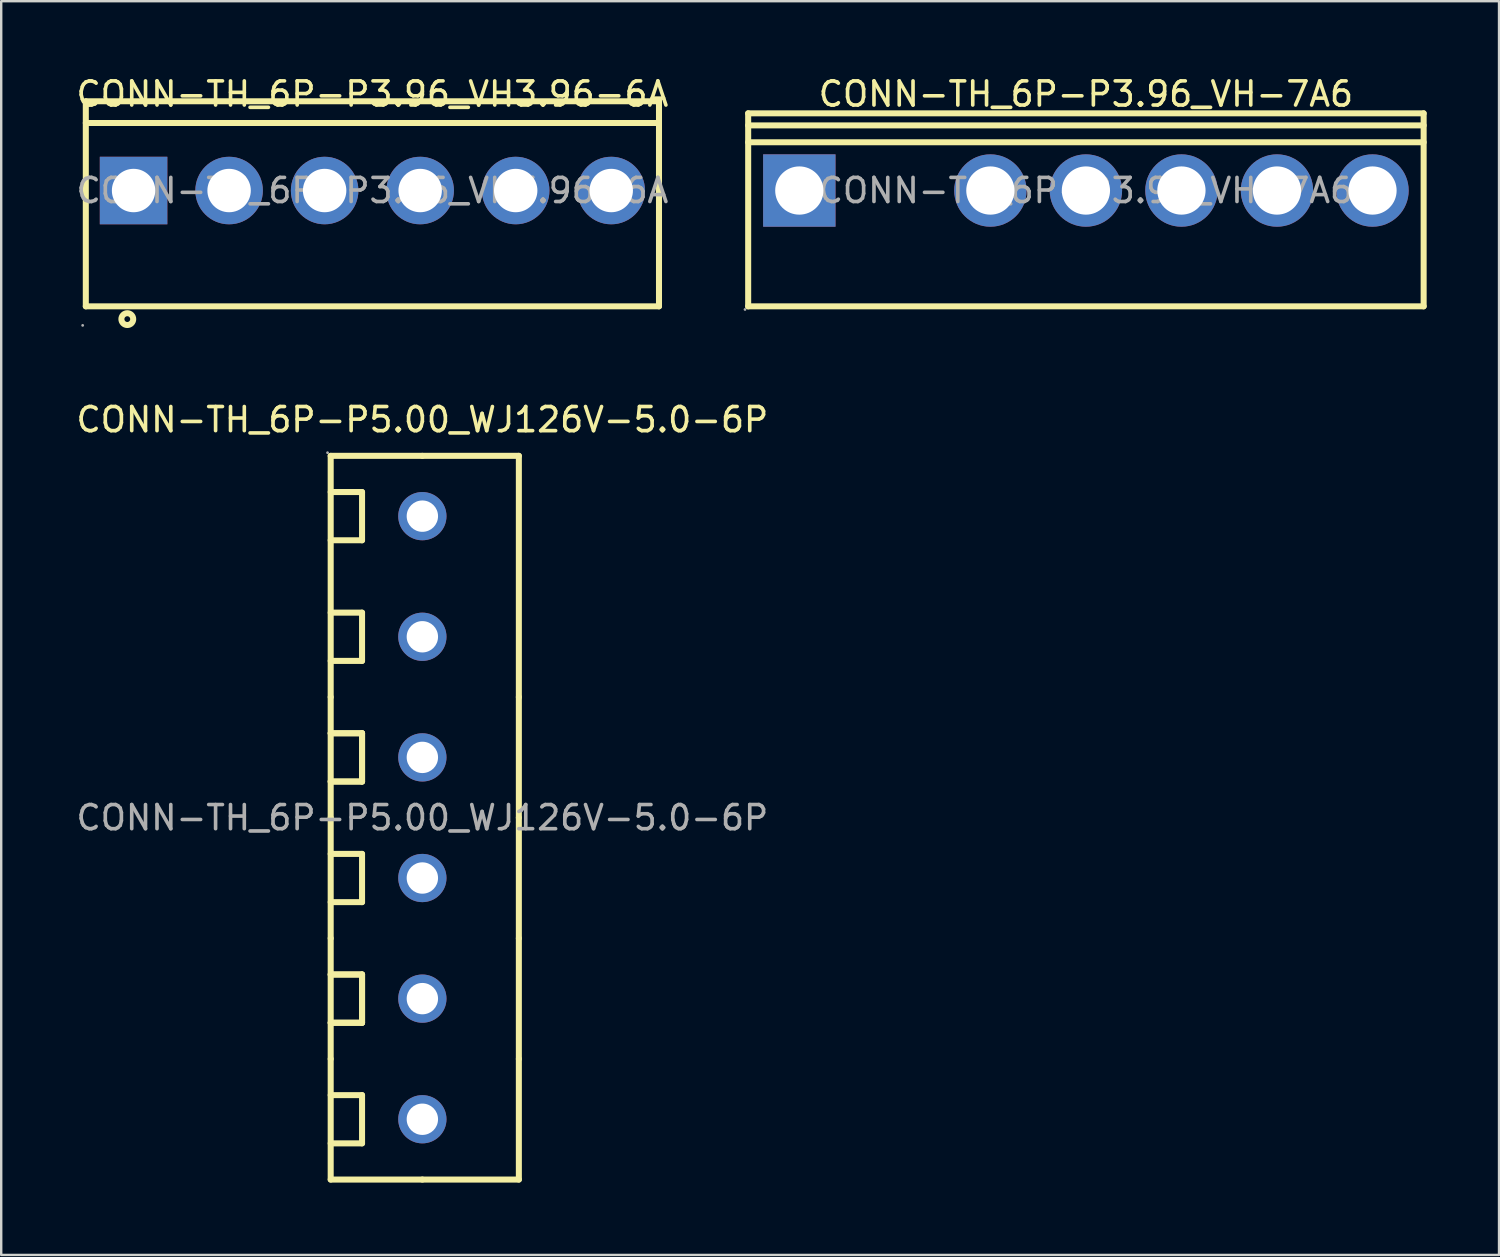
<source format=kicad_pcb>
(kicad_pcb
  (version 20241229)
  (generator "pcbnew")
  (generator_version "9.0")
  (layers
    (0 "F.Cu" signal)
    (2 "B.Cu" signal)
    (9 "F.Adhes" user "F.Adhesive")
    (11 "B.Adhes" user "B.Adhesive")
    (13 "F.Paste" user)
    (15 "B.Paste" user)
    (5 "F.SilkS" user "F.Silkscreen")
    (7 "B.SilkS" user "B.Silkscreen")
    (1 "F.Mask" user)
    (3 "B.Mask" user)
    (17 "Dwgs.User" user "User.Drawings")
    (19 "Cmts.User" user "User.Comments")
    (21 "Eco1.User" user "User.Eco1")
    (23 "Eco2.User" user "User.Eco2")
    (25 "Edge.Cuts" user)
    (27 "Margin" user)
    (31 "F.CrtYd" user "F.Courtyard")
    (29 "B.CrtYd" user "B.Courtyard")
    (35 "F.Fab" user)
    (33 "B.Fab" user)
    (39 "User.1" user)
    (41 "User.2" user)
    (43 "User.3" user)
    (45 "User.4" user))
  (footprint "CONN-TH_6P-P5.00_WJ126V-5.0-6P"
    (layer "F.Cu")
    (at 14.458 30.846)
    (property "Reference" "CONN-TH_6P-P5.00_WJ126V-5.0-6P" (at 0 -16.5 0) (layer "F.SilkS") (effects (font (size 1 1) (thickness 0.15))))
    (attr through_hole)
    (fp_line (start -3.8 -15) (end 0 -15) (stroke (width 0.25) (type solid)) (layer "F.SilkS"))
    (fp_line (start -3.8 -11.5) (end -2.5 -11.5) (stroke (width 0.25) (type solid)) (layer "F.SilkS"))
    (fp_line (start -3.8 -6.5) (end -2.5 -6.5) (stroke (width 0.25) (type solid)) (layer "F.SilkS"))
    (fp_line (start -3.8 -5) (end -3.8 -15) (stroke (width 0.25) (type solid)) (layer "F.SilkS"))
    (fp_line (start -3.8 -3.5) (end -2.5 -3.5) (stroke (width 0.25) (type solid)) (layer "F.SilkS"))
    (fp_line (start -3.8 -1.5) (end -2.5 -1.5) (stroke (width 0.25) (type solid)) (layer "F.SilkS"))
    (fp_line (start -3.8 0) (end -3.8 -5) (stroke (width 0.25) (type solid)) (layer "F.SilkS"))
    (fp_line (start -3.8 1.5) (end -2.5 1.5) (stroke (width 0.25) (type solid)) (layer "F.SilkS"))
    (fp_line (start -3.8 5) (end -3.8 0) (stroke (width 0.25) (type solid)) (layer "F.SilkS"))
    (fp_line (start -3.8 6.5) (end -2.5 6.5) (stroke (width 0.25) (type solid)) (layer "F.SilkS"))
    (fp_line (start -3.8 8.5) (end -2.5 8.5) (stroke (width 0.25) (type solid)) (layer "F.SilkS"))
    (fp_line (start -3.8 10) (end -3.8 5) (stroke (width 0.25) (type solid)) (layer "F.SilkS"))
    (fp_line (start -3.8 11.5) (end -2.5 11.5) (stroke (width 0.25) (type solid)) (layer "F.SilkS"))
    (fp_line (start -3.8 15) (end -3.8 10) (stroke (width 0.25) (type solid)) (layer "F.SilkS"))
    (fp_line (start -2.5 -13.5) (end -3.8 -13.5) (stroke (width 0.25) (type solid)) (layer "F.SilkS"))
    (fp_line (start -2.5 -11.5) (end -2.5 -13.5) (stroke (width 0.25) (type solid)) (layer "F.SilkS"))
    (fp_line (start -2.5 -8.5) (end -3.8 -8.5) (stroke (width 0.25) (type solid)) (layer "F.SilkS"))
    (fp_line (start -2.5 -6.5) (end -2.5 -8.5) (stroke (width 0.25) (type solid)) (layer "F.SilkS"))
    (fp_line (start -2.5 -3.5) (end -3.8 -3.5) (stroke (width 0.25) (type solid)) (layer "F.SilkS"))
    (fp_line (start -2.5 -3.5) (end -2.5 -1.5) (stroke (width 0.25) (type solid)) (layer "F.SilkS"))
    (fp_line (start -2.5 -1.5) (end -3.8 -1.5) (stroke (width 0.25) (type solid)) (layer "F.SilkS"))
    (fp_line (start -2.5 -1.5) (end -2.5 -3.5) (stroke (width 0.25) (type solid)) (layer "F.SilkS"))
    (fp_line (start -2.5 1.5) (end -2.5 3.5) (stroke (width 0.25) (type solid)) (layer "F.SilkS"))
    (fp_line (start -2.5 3.5) (end -3.8 3.5) (stroke (width 0.25) (type solid)) (layer "F.SilkS"))
    (fp_line (start -2.5 6.5) (end -3.8 6.5) (stroke (width 0.25) (type solid)) (layer "F.SilkS"))
    (fp_line (start -2.5 6.5) (end -2.5 8.5) (stroke (width 0.25) (type solid)) (layer "F.SilkS"))
    (fp_line (start -2.5 8.5) (end -3.8 8.5) (stroke (width 0.25) (type solid)) (layer "F.SilkS"))
    (fp_line (start -2.5 8.5) (end -2.5 6.5) (stroke (width 0.25) (type solid)) (layer "F.SilkS"))
    (fp_line (start -2.5 11.5) (end -2.5 13.5) (stroke (width 0.25) (type solid)) (layer "F.SilkS"))
    (fp_line (start -2.5 13.5) (end -3.8 13.5) (stroke (width 0.25) (type solid)) (layer "F.SilkS"))
    (fp_line (start 0 -15) (end 4 -15) (stroke (width 0.25) (type solid)) (layer "F.SilkS"))
    (fp_line (start 0 15) (end -3.8 15) (stroke (width 0.25) (type solid)) (layer "F.SilkS"))
    (fp_line (start 4 -15) (end 4 -5) (stroke (width 0.25) (type solid)) (layer "F.SilkS"))
    (fp_line (start 4 -5) (end 4 0) (stroke (width 0.25) (type solid)) (layer "F.SilkS"))
    (fp_line (start 4 0) (end 4 5) (stroke (width 0.25) (type solid)) (layer "F.SilkS"))
    (fp_line (start 4 5) (end 4 10) (stroke (width 0.25) (type solid)) (layer "F.SilkS"))
    (fp_line (start 4 10) (end 4 15) (stroke (width 0.25) (type solid)) (layer "F.SilkS"))
    (fp_line (start 4 15) (end 0 15) (stroke (width 0.25) (type solid)) (layer "F.SilkS"))
    (fp_circle (center -3.93 -15.13) (end -3.9 -15.13) (stroke (width 0.06) (type solid)) (fill no) (layer "F.Fab"))
    (fp_circle (center 0 -12.5) (end 0.28 -12.5) (stroke (width 0.55) (type solid)) (fill no) (layer "F.Fab"))
    (fp_circle (center 0 -7.5) (end 0.28 -7.5) (stroke (width 0.55) (type solid)) (fill no) (layer "F.Fab"))
    (fp_circle (center 0 -2.5) (end 0.28 -2.5) (stroke (width 0.55) (type solid)) (fill no) (layer "F.Fab"))
    (fp_circle (center 0 2.5) (end 0.28 2.5) (stroke (width 0.55) (type solid)) (fill no) (layer "F.Fab"))
    (fp_circle (center 0 7.5) (end 0.28 7.5) (stroke (width 0.55) (type solid)) (fill no) (layer "F.Fab"))
    (fp_circle (center 0 12.5) (end 0.28 12.5) (stroke (width 0.55) (type solid)) (fill no) (layer "F.Fab"))
    (fp_text user "${REFERENCE}" (at 0 0 0) (layer "F.Fab") (effects (font (size 1 1) (thickness 0.15))))
    (pad "1" thru_hole circle (at 0 -12.5 270) (size 2 2) (drill 1.3) (layers "*.Cu" "*.Paste" "*.Mask"))
    (pad "2" thru_hole circle (at 0 -7.5 270) (size 2 2) (drill 1.3) (layers "*.Cu" "*.Paste" "*.Mask"))
    (pad "3" thru_hole circle (at 0 -2.5 270) (size 2 2) (drill 1.3) (layers "*.Cu" "*.Paste" "*.Mask"))
    (pad "4" thru_hole circle (at 0 2.5 270) (size 2 2) (drill 1.3) (layers "*.Cu" "*.Paste" "*.Mask"))
    (pad "5" thru_hole circle (at 0 7.5 270) (size 2 2) (drill 1.3) (layers "*.Cu" "*.Paste" "*.Mask"))
    (pad "6" thru_hole circle (at 0 12.5 270) (size 2 2) (drill 1.3) (layers "*.Cu" "*.Paste" "*.Mask")))
  (footprint "CONN-TH_6P-P3.96_VH3.96-6A"
    (layer "F.Cu")
    (at 12.387 4.848)
    (property "Reference" "CONN-TH_6P-P3.96_VH3.96-6A" (at 0 -4 0) (layer "F.SilkS") (effects (font (size 1 1) (thickness 0.15))))
    (attr through_hole)
    (fp_line (start -11.88 -3.7) (end 11.88 -3.7) (stroke (width 0.25) (type solid)) (layer "F.SilkS"))
    (fp_line (start -11.88 -2.8) (end 11.88 -2.8) (stroke (width 0.25) (type solid)) (layer "F.SilkS"))
    (fp_line (start -11.88 4.8) (end -11.88 -3.7) (stroke (width 0.25) (type solid)) (layer "F.SilkS"))
    (fp_line (start -11.88 4.8) (end 11.88 4.8) (stroke (width 0.25) (type solid)) (layer "F.SilkS"))
    (fp_line (start 11.88 4.8) (end 11.88 -3.7) (stroke (width 0.25) (type solid)) (layer "F.SilkS"))
    (fp_circle (center -10.16 5.33) (end -10.04 5.33) (stroke (width 0.25) (type solid)) (fill no) (layer "F.SilkS"))
    (fp_circle (center -12.01 5.59) (end -11.98 5.59) (stroke (width 0.06) (type solid)) (fill no) (layer "F.Fab"))
    (fp_circle (center -9.9 0) (end -9.5 0) (stroke (width 0.8) (type solid)) (fill no) (layer "F.Fab"))
    (fp_circle (center -5.94 0) (end -5.54 0) (stroke (width 0.8) (type solid)) (fill no) (layer "F.Fab"))
    (fp_circle (center -1.98 0) (end -1.58 0) (stroke (width 0.8) (type solid)) (fill no) (layer "F.Fab"))
    (fp_circle (center 1.98 0) (end 2.38 0) (stroke (width 0.8) (type solid)) (fill no) (layer "F.Fab"))
    (fp_circle (center 5.94 0) (end 6.34 0) (stroke (width 0.8) (type solid)) (fill no) (layer "F.Fab"))
    (fp_circle (center 9.9 0) (end 10.3 0) (stroke (width 0.8) (type solid)) (fill no) (layer "F.Fab"))
    (fp_text user "${REFERENCE}" (at 0 0 0) (layer "F.Fab") (effects (font (size 1 1) (thickness 0.15))))
    (pad "1" thru_hole rect (at -9.9 0) (size 2.8 2.8) (drill 1.8) (layers "*.Cu" "*.Paste" "*.Mask"))
    (pad "2" thru_hole circle (at -5.94 0) (size 2.8 2.8) (drill 1.8) (layers "*.Cu" "*.Paste" "*.Mask"))
    (pad "3" thru_hole circle (at -1.98 0) (size 2.8 2.8) (drill 1.8) (layers "*.Cu" "*.Paste" "*.Mask"))
    (pad "4" thru_hole circle (at 1.98 0) (size 2.8 2.8) (drill 1.8) (layers "*.Cu" "*.Paste" "*.Mask"))
    (pad "5" thru_hole circle (at 5.94 0) (size 2.8 2.8) (drill 1.8) (layers "*.Cu" "*.Paste" "*.Mask"))
    (pad "6" thru_hole circle (at 9.9 0) (size 2.8 2.8) (drill 1.8) (layers "*.Cu" "*.Paste" "*.Mask")))
  (footprint "CONN-TH_6P-P3.96_VH-7A6"
    (layer "F.Cu")
    (at 41.964 4.848)
    (property "Reference" "CONN-TH_6P-P3.96_VH-7A6" (at 0 -4 0) (layer "F.SilkS") (effects (font (size 1 1) (thickness 0.15))))
    (attr through_hole)
    (fp_line (start -14 -3.2) (end -14 4.8) (stroke (width 0.25) (type solid)) (layer "F.SilkS"))
    (fp_line (start -14 -2.7) (end 14 -2.7) (stroke (width 0.25) (type solid)) (layer "F.SilkS"))
    (fp_line (start -14 4.8) (end 14 4.8) (stroke (width 0.25) (type solid)) (layer "F.SilkS"))
    (fp_line (start 14 -3.2) (end -14 -3.2) (stroke (width 0.25) (type solid)) (layer "F.SilkS"))
    (fp_line (start 14 -2) (end -14 -2) (stroke (width 0.25) (type solid)) (layer "F.SilkS"))
    (fp_line (start 14 4.8) (end 14 -3.2) (stroke (width 0.25) (type solid)) (layer "F.SilkS"))
    (fp_circle (center -14.13 4.93) (end -14.1 4.93) (stroke (width 0.06) (type solid)) (fill no) (layer "F.Fab"))
    (fp_circle (center -11.88 0) (end -11.43 0) (stroke (width 0.9) (type solid)) (fill no) (layer "F.Fab"))
    (fp_circle (center -3.96 0) (end -3.51 0) (stroke (width 0.9) (type solid)) (fill no) (layer "F.Fab"))
    (fp_circle (center 0 0) (end 0.45 0) (stroke (width 0.9) (type solid)) (fill no) (layer "F.Fab"))
    (fp_circle (center 3.96 0) (end 4.41 0) (stroke (width 0.9) (type solid)) (fill no) (layer "F.Fab"))
    (fp_circle (center 7.92 0) (end 8.37 0) (stroke (width 0.9) (type solid)) (fill no) (layer "F.Fab"))
    (fp_circle (center 11.88 0) (end 12.33 0) (stroke (width 0.9) (type solid)) (fill no) (layer "F.Fab"))
    (fp_text user "${REFERENCE}" (at 0 0 0) (layer "F.Fab") (effects (font (size 1 1) (thickness 0.15))))
    (pad "1" thru_hole rect (at -11.88 0) (size 3 3) (drill 2) (layers "*.Cu" "*.Paste" "*.Mask"))
    (pad "3" thru_hole circle (at -3.96 0) (size 3 3) (drill 2) (layers "*.Cu" "*.Paste" "*.Mask"))
    (pad "4" thru_hole circle (at 0 0) (size 3 3) (drill 2) (layers "*.Cu" "*.Paste" "*.Mask"))
    (pad "5" thru_hole circle (at 3.96 0) (size 3 3) (drill 2) (layers "*.Cu" "*.Paste" "*.Mask"))
    (pad "6" thru_hole circle (at 7.92 0) (size 3 3) (drill 2) (layers "*.Cu" "*.Paste" "*.Mask"))
    (pad "7" thru_hole circle (at 11.88 0) (size 3 3) (drill 2) (layers "*.Cu" "*.Paste" "*.Mask")))
  (gr_rect
    (start -3 -3)
    (end 59.089 48.971)
    (stroke (width 0.1) (type default))
    (fill no)
    (layer "Edge.Cuts")))
</source>
